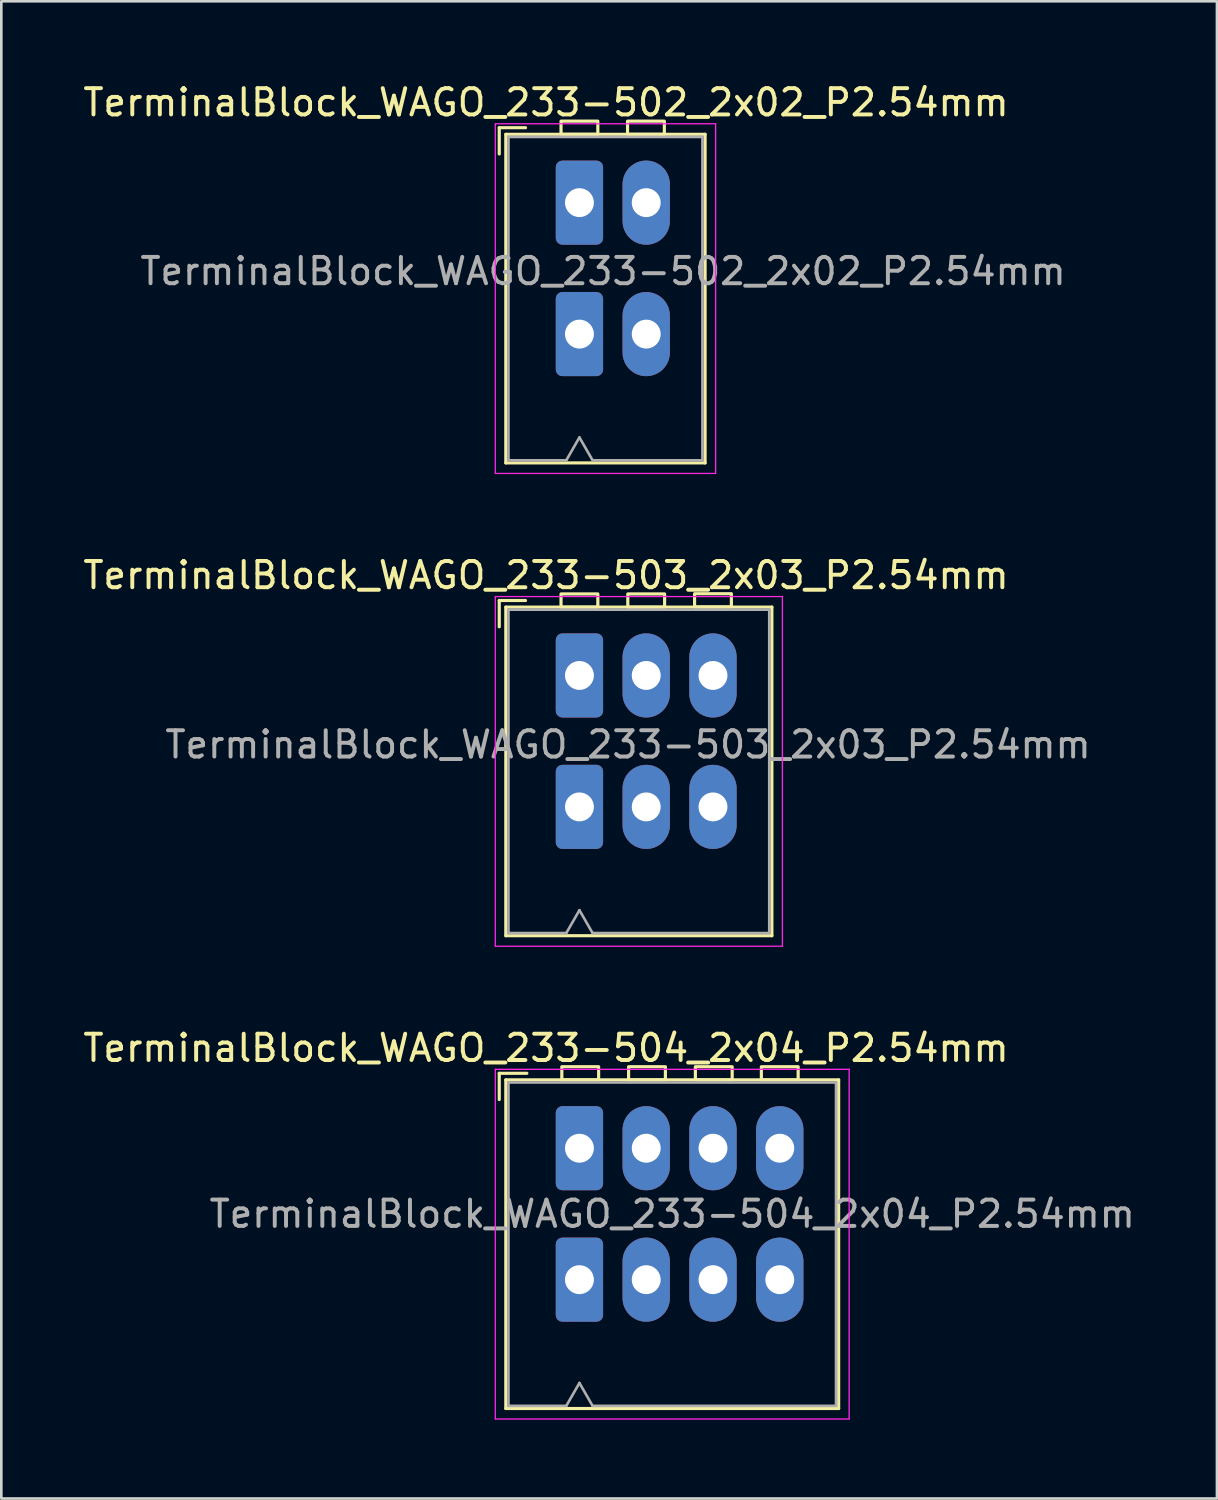
<source format=kicad_pcb>
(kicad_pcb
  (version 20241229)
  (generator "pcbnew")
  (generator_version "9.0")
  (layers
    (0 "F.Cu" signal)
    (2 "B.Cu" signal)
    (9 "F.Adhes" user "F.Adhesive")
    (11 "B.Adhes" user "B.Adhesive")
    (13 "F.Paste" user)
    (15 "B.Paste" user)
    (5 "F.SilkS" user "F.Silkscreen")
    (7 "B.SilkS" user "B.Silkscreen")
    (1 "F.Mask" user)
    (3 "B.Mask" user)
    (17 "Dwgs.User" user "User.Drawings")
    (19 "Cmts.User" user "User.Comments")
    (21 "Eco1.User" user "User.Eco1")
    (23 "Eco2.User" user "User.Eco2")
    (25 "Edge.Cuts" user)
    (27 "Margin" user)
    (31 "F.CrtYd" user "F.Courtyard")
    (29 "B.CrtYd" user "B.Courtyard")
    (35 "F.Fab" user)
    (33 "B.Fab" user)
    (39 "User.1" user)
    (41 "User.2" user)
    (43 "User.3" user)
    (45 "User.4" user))
  (footprint "TerminalBlock_WAGO_233-504_2x04_P2.54mm"
    (layer "F.Cu")
    (at 18.99 40.625)
    (property "Reference" "TerminalBlock_WAGO_233-504_2x04_P2.54mm" (at -1.27 -3.81 0) (layer "F.SilkS") (effects (font (size 1 1) (thickness 0.15))))
    (attr through_hole)
    (fp_line (start -3.05 -2.85) (end -3.05 -1.85) (stroke (width 0.12) (type default)) (layer "F.SilkS"))
    (fp_line (start -3.05 -2.85) (end -2 -2.85) (stroke (width 0.12) (type default)) (layer "F.SilkS"))
    (fp_line (start -2.8 -2.6) (end 9.86 -2.6) (stroke (width 0.12) (type solid)) (layer "F.SilkS"))
    (fp_line (start -2.8 9.9) (end -2.8 -2.6) (stroke (width 0.12) (type solid)) (layer "F.SilkS"))
    (fp_line (start 9.86 -2.6) (end 9.86 9.9) (stroke (width 0.12) (type solid)) (layer "F.SilkS"))
    (fp_line (start 9.86 9.9) (end -2.8 9.9) (stroke (width 0.12) (type solid)) (layer "F.SilkS"))
    (fp_rect (start -0.67 -3.1) (end 0.73 -2.6) (stroke (width 0.12) (type default)) (fill no) (layer "F.SilkS"))
    (fp_rect (start 1.87 -3.1) (end 3.27 -2.6) (stroke (width 0.12) (type default)) (fill no) (layer "F.SilkS"))
    (fp_rect (start 4.41 -3.1) (end 5.81 -2.6) (stroke (width 0.12) (type default)) (fill no) (layer "F.SilkS"))
    (fp_rect (start 6.92 -3.099) (end 8.32 -2.599) (stroke (width 0.12) (type default)) (fill no) (layer "F.SilkS"))
    (fp_line (start -3.2 -3) (end 10.26 -3) (stroke (width 0.05) (type solid)) (layer "F.CrtYd"))
    (fp_line (start -3.2 10.3) (end -3.2 -3) (stroke (width 0.05) (type solid)) (layer "F.CrtYd"))
    (fp_line (start 10.26 -3) (end 10.26 10.3) (stroke (width 0.05) (type solid)) (layer "F.CrtYd"))
    (fp_line (start 10.26 10.3) (end -3.2 10.3) (stroke (width 0.05) (type solid)) (layer "F.CrtYd"))
    (fp_line (start -2.7 -2.5) (end 9.76 -2.5) (stroke (width 0.1) (type default)) (layer "F.Fab"))
    (fp_line (start -2.7 9.8) (end -2.7 -2.5) (stroke (width 0.1) (type default)) (layer "F.Fab"))
    (fp_line (start -2.7 9.8) (end -0.5 9.8) (stroke (width 0.1) (type default)) (layer "F.Fab"))
    (fp_line (start 0 8.93) (end -0.5 9.8) (stroke (width 0.1) (type default)) (layer "F.Fab"))
    (fp_line (start 0.5 9.8) (end 0 8.93) (stroke (width 0.1) (type default)) (layer "F.Fab"))
    (fp_line (start 0.5 9.8) (end 9.76 9.8) (stroke (width 0.1) (type default)) (layer "F.Fab"))
    (fp_line (start 9.76 -2.5) (end 9.76 9.8) (stroke (width 0.1) (type default)) (layer "F.Fab"))
    (fp_text user "${REFERENCE}" (at 3.53 2.5 0) (layer "F.Fab") (effects (font (size 1 1) (thickness 0.15))))
    (pad "1" thru_hole roundrect (at 0 0) (size 1.8 3.2) (drill 1.1) (layers "*.Cu" "*.Mask") (roundrect_rratio 0.139))
    (pad "1" thru_hole roundrect (at 0 5) (size 1.8 3.2) (drill 1.1) (layers "*.Cu" "*.Mask") (roundrect_rratio 0.139))
    (pad "2" thru_hole oval (at 2.54 0) (size 1.8 3.2) (drill 1.1) (layers "*.Cu" "*.Mask"))
    (pad "2" thru_hole oval (at 2.54 5) (size 1.8 3.2) (drill 1.1) (layers "*.Cu" "*.Mask"))
    (pad "3" thru_hole oval (at 5.08 0) (size 1.8 3.2) (drill 1.1) (layers "*.Cu" "*.Mask"))
    (pad "3" thru_hole oval (at 5.08 5) (size 1.8 3.2) (drill 1.1) (layers "*.Cu" "*.Mask"))
    (pad "4" thru_hole oval (at 7.62 0) (size 1.8 3.2) (drill 1.1) (layers "*.Cu" "*.Mask"))
    (pad "4" thru_hole oval (at 7.62 5) (size 1.8 3.2) (drill 1.1) (layers "*.Cu" "*.Mask")))
  (footprint "TerminalBlock_WAGO_233-502_2x02_P2.54mm"
    (layer "F.Cu")
    (at 18.99 4.658)
    (property "Reference" "TerminalBlock_WAGO_233-502_2x02_P2.54mm" (at -1.27 -3.81 0) (layer "F.SilkS") (effects (font (size 1 1) (thickness 0.15))))
    (attr through_hole)
    (fp_line (start -3.05 -2.85) (end -2.05 -2.85) (stroke (width 0.12) (type default)) (layer "F.SilkS"))
    (fp_line (start -3.05 -1.85) (end -3.05 -2.85) (stroke (width 0.12) (type default)) (layer "F.SilkS"))
    (fp_line (start -2.8 -2.6) (end 4.78 -2.6) (stroke (width 0.12) (type solid)) (layer "F.SilkS"))
    (fp_line (start -2.8 9.9) (end -2.8 -2.6) (stroke (width 0.12) (type solid)) (layer "F.SilkS"))
    (fp_line (start 4.78 -2.6) (end 4.78 9.9) (stroke (width 0.12) (type solid)) (layer "F.SilkS"))
    (fp_line (start 4.78 9.9) (end -2.8 9.9) (stroke (width 0.12) (type solid)) (layer "F.SilkS"))
    (fp_rect (start -0.7 -3.1) (end 0.7 -2.6) (stroke (width 0.12) (type default)) (fill no) (layer "F.SilkS"))
    (fp_rect (start 1.83 -3.1) (end 3.23 -2.6) (stroke (width 0.12) (type default)) (fill no) (layer "F.SilkS"))
    (fp_line (start -3.2 -3) (end 5.18 -3) (stroke (width 0.05) (type solid)) (layer "F.CrtYd"))
    (fp_line (start -3.2 10.3) (end -3.2 -3) (stroke (width 0.05) (type solid)) (layer "F.CrtYd"))
    (fp_line (start 5.18 -3) (end 5.18 10.3) (stroke (width 0.05) (type solid)) (layer "F.CrtYd"))
    (fp_line (start 5.18 10.3) (end -3.2 10.3) (stroke (width 0.05) (type solid)) (layer "F.CrtYd"))
    (fp_line (start -2.7 -2.5) (end 4.68 -2.5) (stroke (width 0.1) (type default)) (layer "F.Fab"))
    (fp_line (start -2.7 9.8) (end -2.7 -2.5) (stroke (width 0.1) (type default)) (layer "F.Fab"))
    (fp_line (start -0.5 9.8) (end -2.7 9.8) (stroke (width 0.1) (type default)) (layer "F.Fab"))
    (fp_line (start 0 8.93) (end -0.5 9.8) (stroke (width 0.1) (type default)) (layer "F.Fab"))
    (fp_line (start 0.5 9.8) (end 0 8.93) (stroke (width 0.1) (type default)) (layer "F.Fab"))
    (fp_line (start 4.68 -2.5) (end 4.68 9.8) (stroke (width 0.1) (type default)) (layer "F.Fab"))
    (fp_line (start 4.68 9.8) (end 0.5 9.8) (stroke (width 0.1) (type default)) (layer "F.Fab"))
    (fp_text user "${REFERENCE}" (at 0.9 2.61 0) (layer "F.Fab") (effects (font (size 1 1) (thickness 0.15))))
    (pad "1" thru_hole roundrect (at 0 0) (size 1.8 3.2) (drill 1.1) (layers "*.Cu" "*.Mask") (roundrect_rratio 0.139))
    (pad "1" thru_hole roundrect (at 0 5) (size 1.8 3.2) (drill 1.1) (layers "*.Cu" "*.Mask") (roundrect_rratio 0.139))
    (pad "2" thru_hole oval (at 2.54 0) (size 1.8 3.2) (drill 1.1) (layers "*.Cu" "*.Mask"))
    (pad "2" thru_hole oval (at 2.54 5) (size 1.8 3.2) (drill 1.1) (layers "*.Cu" "*.Mask")))
  (footprint "TerminalBlock_WAGO_233-503_2x03_P2.54mm"
    (layer "F.Cu")
    (at 18.99 22.642)
    (property "Reference" "TerminalBlock_WAGO_233-503_2x03_P2.54mm" (at -1.27 -3.81 0) (layer "F.SilkS") (effects (font (size 1 1) (thickness 0.15))))
    (attr through_hole)
    (fp_line (start -3.05 -2.85) (end -3.05 -1.85) (stroke (width 0.12) (type default)) (layer "F.SilkS"))
    (fp_line (start -3.05 -2.85) (end -2.05 -2.85) (stroke (width 0.12) (type default)) (layer "F.SilkS"))
    (fp_line (start -2.8 -2.6) (end 7.32 -2.6) (stroke (width 0.12) (type solid)) (layer "F.SilkS"))
    (fp_line (start -2.8 9.9) (end -2.8 -2.6) (stroke (width 0.12) (type solid)) (layer "F.SilkS"))
    (fp_line (start 7.32 9.9) (end -2.8 9.9) (stroke (width 0.12) (type solid)) (layer "F.SilkS"))
    (fp_line (start 7.32 9.9) (end 7.32 -2.6) (stroke (width 0.12) (type solid)) (layer "F.SilkS"))
    (fp_rect (start -0.7 -3.1) (end 0.7 -2.6) (stroke (width 0.12) (type default)) (fill no) (layer "F.SilkS"))
    (fp_rect (start 1.84 -3.1) (end 3.24 -2.6) (stroke (width 0.12) (type default)) (fill no) (layer "F.SilkS"))
    (fp_rect (start 4.38 -3.11) (end 5.78 -2.61) (stroke (width 0.12) (type default)) (fill no) (layer "F.SilkS"))
    (fp_line (start -3.2 -3) (end 7.72 -3) (stroke (width 0.05) (type solid)) (layer "F.CrtYd"))
    (fp_line (start -3.2 10.3) (end -3.2 -3) (stroke (width 0.05) (type solid)) (layer "F.CrtYd"))
    (fp_line (start 7.72 -3) (end 7.72 10.3) (stroke (width 0.05) (type solid)) (layer "F.CrtYd"))
    (fp_line (start 7.72 10.3) (end -3.2 10.3) (stroke (width 0.05) (type solid)) (layer "F.CrtYd"))
    (fp_line (start -2.7 -2.5) (end 7.22 -2.5) (stroke (width 0.1) (type default)) (layer "F.Fab"))
    (fp_line (start -2.7 9.8) (end -2.7 -2.5) (stroke (width 0.1) (type default)) (layer "F.Fab"))
    (fp_line (start -2.7 9.8) (end -0.5 9.8) (stroke (width 0.1) (type default)) (layer "F.Fab"))
    (fp_line (start 0 8.93) (end -0.5 9.8) (stroke (width 0.1) (type default)) (layer "F.Fab"))
    (fp_line (start 0.5 9.8) (end 0 8.93) (stroke (width 0.1) (type default)) (layer "F.Fab"))
    (fp_line (start 0.5 9.8) (end 7.22 9.8) (stroke (width 0.1) (type default)) (layer "F.Fab"))
    (fp_line (start 7.22 9.8) (end 7.22 -2.5) (stroke (width 0.1) (type default)) (layer "F.Fab"))
    (fp_text user "${REFERENCE}" (at 1.85 2.63 0) (layer "F.Fab") (effects (font (size 1 1) (thickness 0.15))))
    (pad "1" thru_hole roundrect (at 0 0) (size 1.8 3.2) (drill 1.1) (layers "*.Cu" "*.Mask") (roundrect_rratio 0.139))
    (pad "1" thru_hole roundrect (at 0 5) (size 1.8 3.2) (drill 1.1) (layers "*.Cu" "*.Mask") (roundrect_rratio 0.139))
    (pad "2" thru_hole oval (at 2.54 0) (size 1.8 3.2) (drill 1.1) (layers "*.Cu" "*.Mask"))
    (pad "2" thru_hole oval (at 2.54 5) (size 1.8 3.2) (drill 1.1) (layers "*.Cu" "*.Mask"))
    (pad "3" thru_hole oval (at 5.08 0) (size 1.8 3.2) (drill 1.1) (layers "*.Cu" "*.Mask"))
    (pad "3" thru_hole oval (at 5.08 5) (size 1.8 3.2) (drill 1.1) (layers "*.Cu" "*.Mask")))
  (gr_rect
    (start -3 -3)
    (end 43.24 53.95)
    (stroke (width 0.1) (type default))
    (fill no)
    (layer "Edge.Cuts")))
</source>
